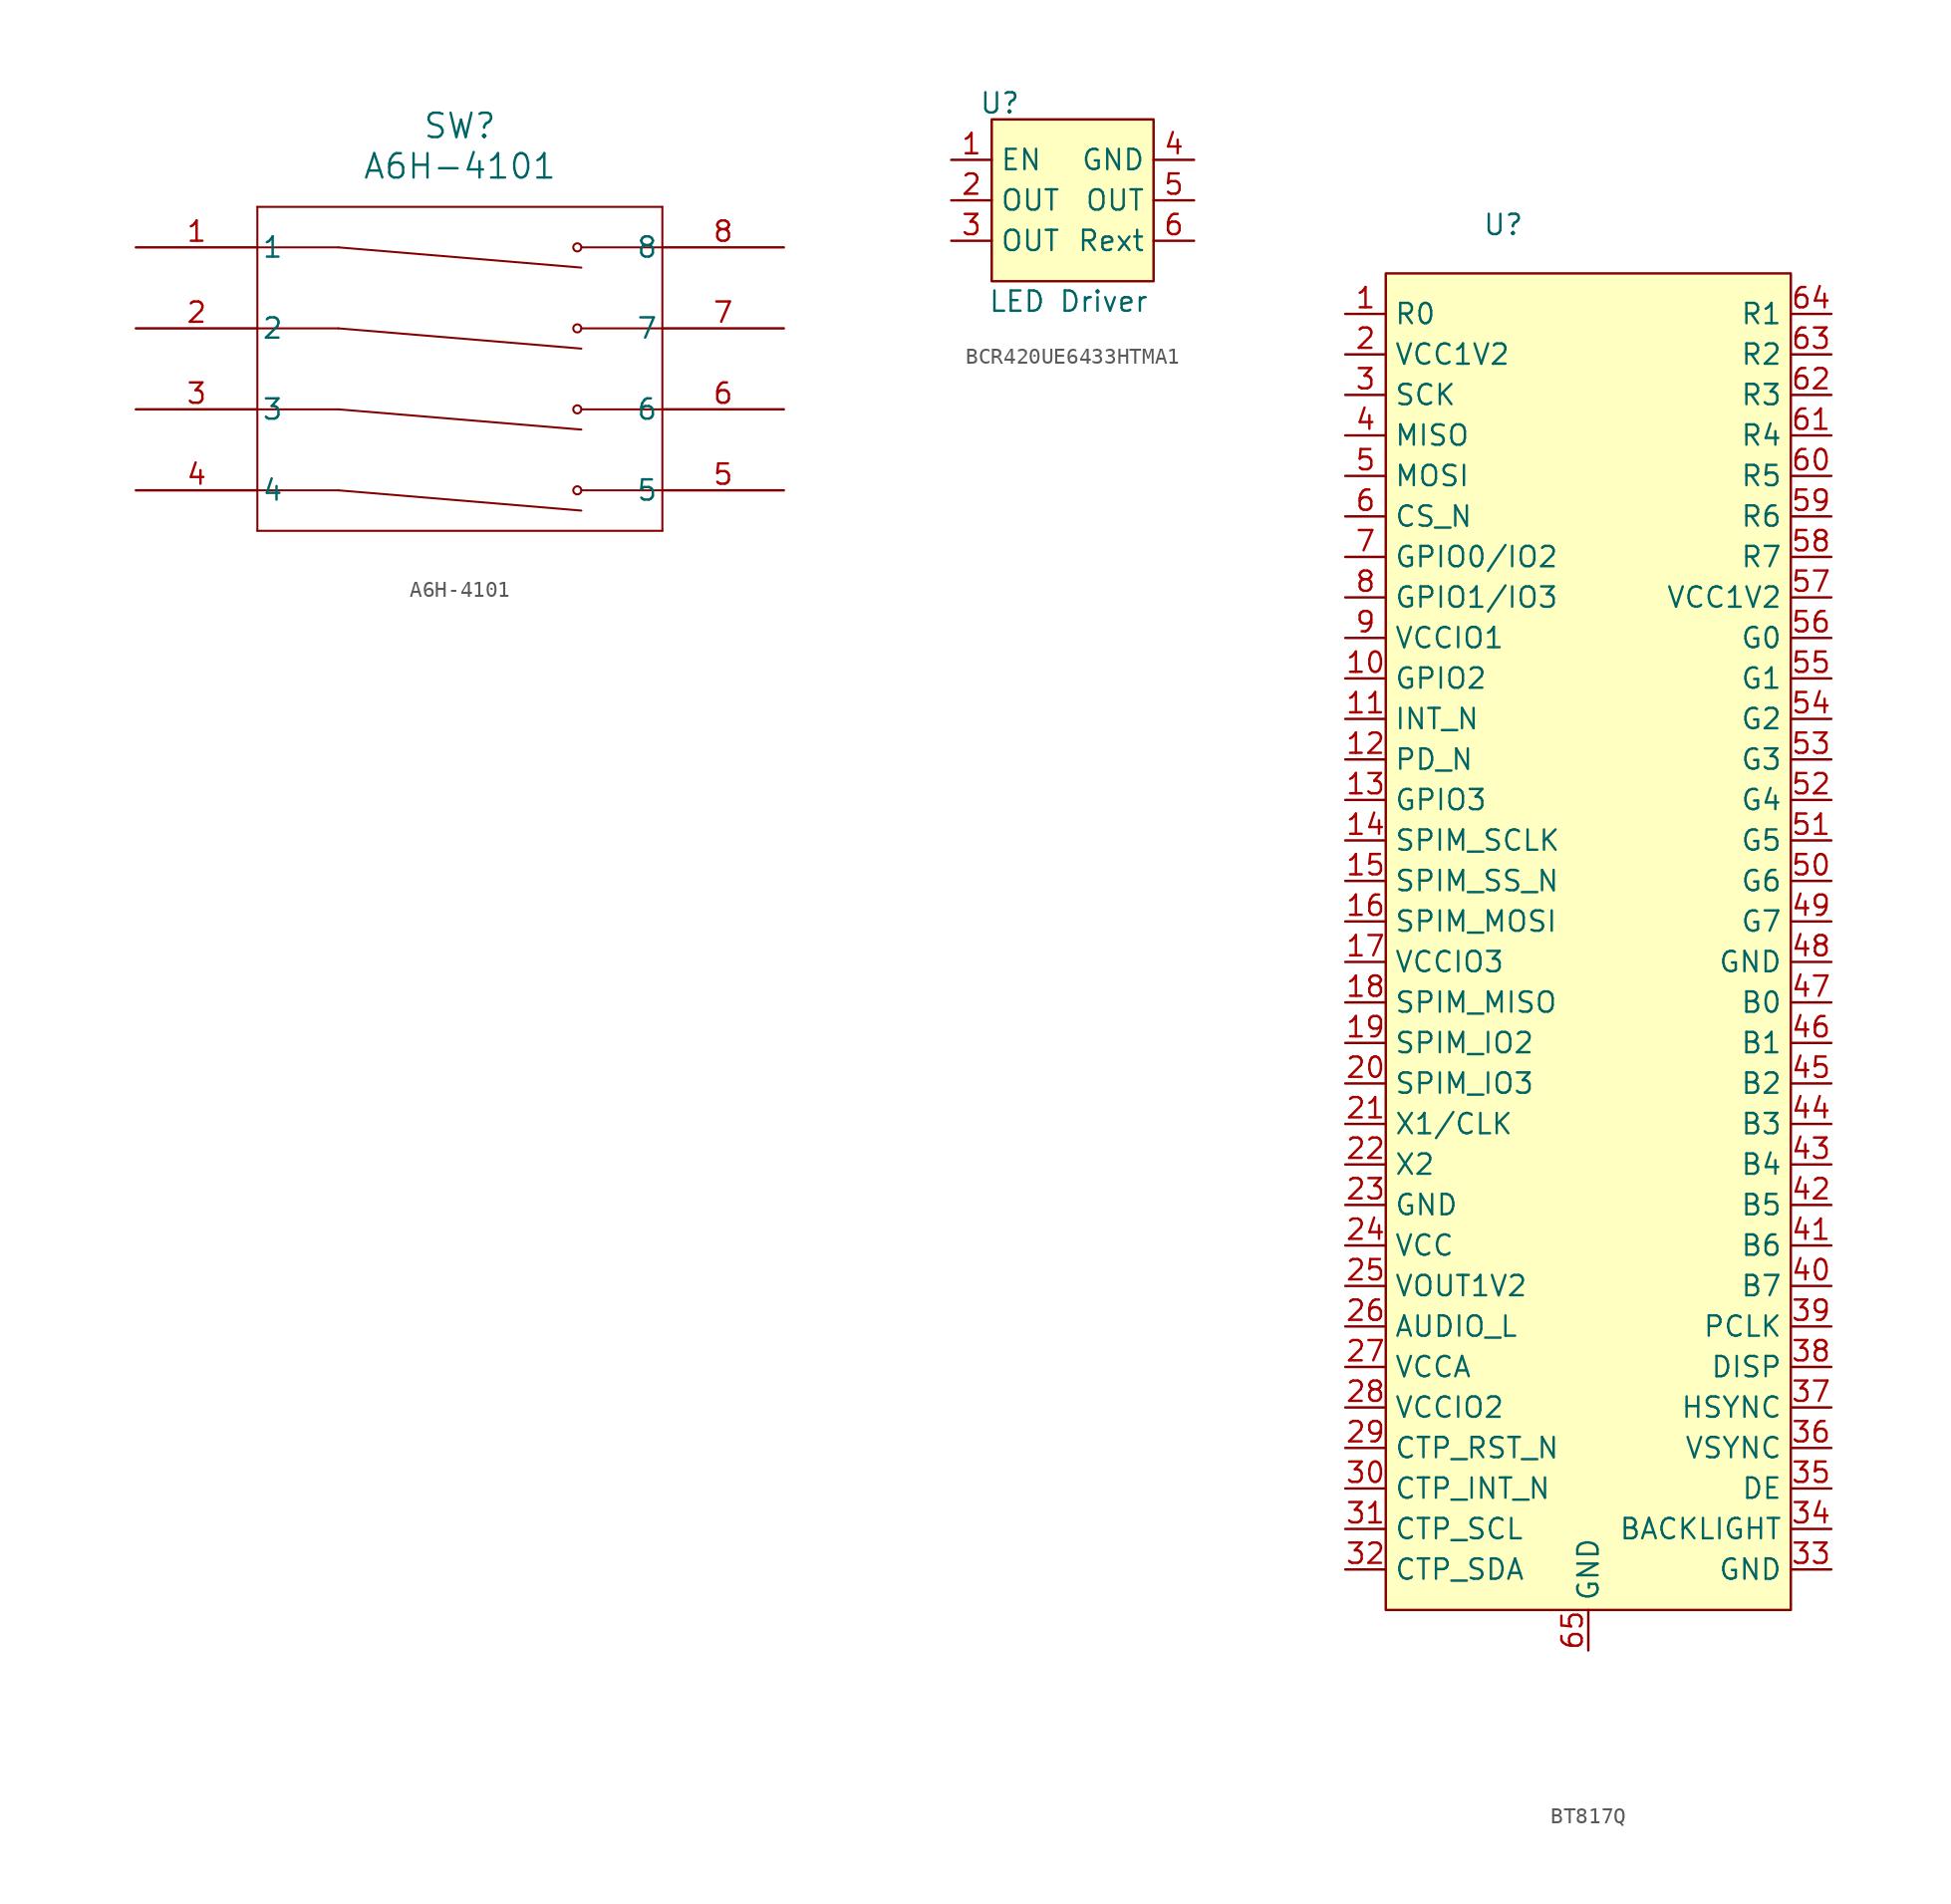
<source format=kicad_sym>
(kicad_symbol_lib
  (version 20231120)
  (generator "kicad_symbol_editor")
  (generator_version "8.0")
  (symbol "A6H-4101"
    (pin_names
      (offset 0.254))
    (property "Reference" "SW"
      (at 20.32 7.62 0)
      (effects (font (size 1.524 1.524))))
    (property "Value" "A6H-4101"
      (at 20.32 5.08 0)
      (effects (font (size 1.524 1.524))))
    (symbol "A6H-4101_0_1"
      (polyline (pts (xy 7.62 -17.78) (xy 33.02 -17.78)) (stroke (width 0.127) (type default)) (fill (type none)))
      (polyline (pts (xy 7.62 2.54) (xy 7.62 -17.78)) (stroke (width 0.127) (type default)) (fill (type none)))
      (polyline (pts (xy 12.7 -15.24) (xy 7.62 -15.24)) (stroke (width 0.127) (type default)) (fill (type none)))
      (polyline (pts (xy 12.7 -15.24) (xy 27.94 -16.51)) (stroke (width 0.127) (type default)) (fill (type none)))
      (polyline (pts (xy 12.7 -10.16) (xy 7.62 -10.16)) (stroke (width 0.127) (type default)) (fill (type none)))
      (polyline (pts (xy 12.7 -10.16) (xy 27.94 -11.43)) (stroke (width 0.127) (type default)) (fill (type none)))
      (polyline (pts (xy 12.7 -5.08) (xy 7.62 -5.08)) (stroke (width 0.127) (type default)) (fill (type none)))
      (polyline (pts (xy 12.7 -5.08) (xy 27.94 -6.35)) (stroke (width 0.127) (type default)) (fill (type none)))
      (polyline (pts (xy 12.7 0) (xy 7.62 0)) (stroke (width 0.127) (type default)) (fill (type none)))
      (polyline (pts (xy 12.7 0) (xy 27.94 -1.27)) (stroke (width 0.127) (type default)) (fill (type none)))
      (polyline (pts (xy 27.94 -15.24) (xy 33.02 -15.24)) (stroke (width 0.127) (type default)) (fill (type none)))
      (polyline (pts (xy 27.94 -10.16) (xy 33.02 -10.16)) (stroke (width 0.127) (type default)) (fill (type none)))
      (polyline (pts (xy 27.94 -5.08) (xy 33.02 -5.08)) (stroke (width 0.127) (type default)) (fill (type none)))
      (polyline (pts (xy 27.94 0) (xy 33.02 0)) (stroke (width 0.127) (type default)) (fill (type none)))
      (polyline (pts (xy 33.02 -17.78) (xy 33.02 2.54)) (stroke (width 0.127) (type default)) (fill (type none)))
      (polyline (pts (xy 33.02 2.54) (xy 7.62 2.54)) (stroke (width 0.127) (type default)) (fill (type none)))
      (circle (center 27.686 -15.24) (radius 0.254) (stroke (width 0.127) (type default)) (fill (type none)))
      (circle (center 27.686 -10.16) (radius 0.254) (stroke (width 0.127) (type default)) (fill (type none)))
      (circle (center 27.686 -5.08) (radius 0.254) (stroke (width 0.127) (type default)) (fill (type none)))
      (circle (center 27.686 0) (radius 0.254) (stroke (width 0.127) (type default)) (fill (type none)))
      (pin unspecified line (at 0 0 0) (length 7.62) (name "1" (effects (font (size 1.27 1.27)))) (number "1" (effects (font (size 1.27 1.27)))))
      (pin unspecified line (at 0 -5.08 0) (length 7.62) (name "2" (effects (font (size 1.27 1.27)))) (number "2" (effects (font (size 1.27 1.27)))))
      (pin unspecified line (at 0 -10.16 0) (length 7.62) (name "3" (effects (font (size 1.27 1.27)))) (number "3" (effects (font (size 1.27 1.27)))))
      (pin unspecified line (at 0 -15.24 0) (length 7.62) (name "4" (effects (font (size 1.27 1.27)))) (number "4" (effects (font (size 1.27 1.27)))))
      (pin unspecified line (at 40.64 -15.24 180) (length 7.62) (name "5" (effects (font (size 1.27 1.27)))) (number "5" (effects (font (size 1.27 1.27)))))
      (pin unspecified line (at 40.64 -10.16 180) (length 7.62) (name "6" (effects (font (size 1.27 1.27)))) (number "6" (effects (font (size 1.27 1.27)))))
      (pin unspecified line (at 40.64 -5.08 180) (length 7.62) (name "7" (effects (font (size 1.27 1.27)))) (number "7" (effects (font (size 1.27 1.27)))))
      (pin unspecified line (at 40.64 0 180) (length 7.62) (name "8" (effects (font (size 1.27 1.27)))) (number "8" (effects (font (size 1.27 1.27)))))))
  (symbol "BCR420UE6433HTMA1"
    (property "Reference" "U"
      (at -4.572 6.096 0)
      (effects (font (size 1.27 1.27))))
    (property "Value" "LED Driver"
      (at -0.254 -6.35 0)
      (effects (font (size 1.27 1.27))))
    (symbol "BCR420UE6433HTMA1_1_1"
      (rectangle (start -5.08 5.08) (end 5.08 -5.08) (stroke (width 0) (type default)) (fill (type background)))
      (pin input line (at -7.62 2.54 0) (length 2.54) (name "EN" (effects (font (size 1.27 1.27)))) (number "1" (effects (font (size 1.27 1.27)))))
      (pin input line (at -7.62 0 0) (length 2.54) (name "OUT" (effects (font (size 1.27 1.27)))) (number "2" (effects (font (size 1.27 1.27)))))
      (pin input line (at -7.62 -2.54 0) (length 2.54) (name "OUT" (effects (font (size 1.27 1.27)))) (number "3" (effects (font (size 1.27 1.27)))))
      (pin output line (at 7.62 2.54 180) (length 2.54) (name "GND" (effects (font (size 1.27 1.27)))) (number "4" (effects (font (size 1.27 1.27)))))
      (pin input line (at 7.62 0 180) (length 2.54) (name "OUT" (effects (font (size 1.27 1.27)))) (number "5" (effects (font (size 1.27 1.27)))))
      (pin bidirectional line (at 7.62 -2.54 180) (length 2.54) (name "Rext" (effects (font (size 1.27 1.27)))) (number "6" (effects (font (size 1.27 1.27)))))))
  (symbol "BT817Q"
    (property "Reference" "U"
      (at 7.366 3.048 0)
      (effects (font (size 1.27 1.27))))
    (property "Value" ""
      (at 0 0 0)
      (effects (font (size 1.27 1.27))))
    (symbol "BT817Q_1_1"
      (rectangle (start 0 0) (end 25.4 -83.82) (stroke (width 0) (type default)) (fill (type background)))
      (pin input line (at -2.54 -2.54 0) (length 2.54) (name "R0" (effects (font (size 1.27 1.27)))) (number "1" (effects (font (size 1.27 1.27)))))
      (pin input line (at -2.54 -25.4 0) (length 2.54) (name "GPIO2" (effects (font (size 1.27 1.27)))) (number "10" (effects (font (size 1.27 1.27)))))
      (pin input line (at -2.54 -27.94 0) (length 2.54) (name "INT_N" (effects (font (size 1.27 1.27)))) (number "11" (effects (font (size 1.27 1.27)))))
      (pin input line (at -2.54 -30.48 0) (length 2.54) (name "PD_N" (effects (font (size 1.27 1.27)))) (number "12" (effects (font (size 1.27 1.27)))))
      (pin input line (at -2.54 -33.02 0) (length 2.54) (name "GPIO3" (effects (font (size 1.27 1.27)))) (number "13" (effects (font (size 1.27 1.27)))))
      (pin input line (at -2.54 -35.56 0) (length 2.54) (name "SPIM_SCLK" (effects (font (size 1.27 1.27)))) (number "14" (effects (font (size 1.27 1.27)))))
      (pin input line (at -2.54 -38.1 0) (length 2.54) (name "SPIM_SS_N" (effects (font (size 1.27 1.27)))) (number "15" (effects (font (size 1.27 1.27)))))
      (pin input line (at -2.54 -40.64 0) (length 2.54) (name "SPIM_MOSI" (effects (font (size 1.27 1.27)))) (number "16" (effects (font (size 1.27 1.27)))))
      (pin input line (at -2.54 -43.18 0) (length 2.54) (name "VCCIO3" (effects (font (size 1.27 1.27)))) (number "17" (effects (font (size 1.27 1.27)))))
      (pin input line (at -2.54 -45.72 0) (length 2.54) (name "SPIM_MISO" (effects (font (size 1.27 1.27)))) (number "18" (effects (font (size 1.27 1.27)))))
      (pin input line (at -2.54 -48.26 0) (length 2.54) (name "SPIM_IO2" (effects (font (size 1.27 1.27)))) (number "19" (effects (font (size 1.27 1.27)))))
      (pin input line (at -2.54 -5.08 0) (length 2.54) (name "VCC1V2" (effects (font (size 1.27 1.27)))) (number "2" (effects (font (size 1.27 1.27)))))
      (pin input line (at -2.54 -50.8 0) (length 2.54) (name "SPIM_IO3" (effects (font (size 1.27 1.27)))) (number "20" (effects (font (size 1.27 1.27)))))
      (pin input line (at -2.54 -53.34 0) (length 2.54) (name "X1/CLK" (effects (font (size 1.27 1.27)))) (number "21" (effects (font (size 1.27 1.27)))))
      (pin input line (at -2.54 -55.88 0) (length 2.54) (name "X2" (effects (font (size 1.27 1.27)))) (number "22" (effects (font (size 1.27 1.27)))))
      (pin input line (at -2.54 -58.42 0) (length 2.54) (name "GND" (effects (font (size 1.27 1.27)))) (number "23" (effects (font (size 1.27 1.27)))))
      (pin input line (at -2.54 -60.96 0) (length 2.54) (name "VCC" (effects (font (size 1.27 1.27)))) (number "24" (effects (font (size 1.27 1.27)))))
      (pin input line (at -2.54 -63.5 0) (length 2.54) (name "VOUT1V2" (effects (font (size 1.27 1.27)))) (number "25" (effects (font (size 1.27 1.27)))))
      (pin input line (at -2.54 -66.04 0) (length 2.54) (name "AUDIO_L" (effects (font (size 1.27 1.27)))) (number "26" (effects (font (size 1.27 1.27)))))
      (pin input line (at -2.54 -68.58 0) (length 2.54) (name "VCCA" (effects (font (size 1.27 1.27)))) (number "27" (effects (font (size 1.27 1.27)))))
      (pin input line (at -2.54 -71.12 0) (length 2.54) (name "VCCIO2" (effects (font (size 1.27 1.27)))) (number "28" (effects (font (size 1.27 1.27)))))
      (pin input line (at -2.54 -73.66 0) (length 2.54) (name "CTP_RST_N" (effects (font (size 1.27 1.27)))) (number "29" (effects (font (size 1.27 1.27)))))
      (pin input line (at -2.54 -7.62 0) (length 2.54) (name "SCK" (effects (font (size 1.27 1.27)))) (number "3" (effects (font (size 1.27 1.27)))))
      (pin input line (at -2.54 -76.2 0) (length 2.54) (name "CTP_INT_N" (effects (font (size 1.27 1.27)))) (number "30" (effects (font (size 1.27 1.27)))))
      (pin input line (at -2.54 -78.74 0) (length 2.54) (name "CTP_SCL" (effects (font (size 1.27 1.27)))) (number "31" (effects (font (size 1.27 1.27)))))
      (pin input line (at -2.54 -81.28 0) (length 2.54) (name "CTP_SDA" (effects (font (size 1.27 1.27)))) (number "32" (effects (font (size 1.27 1.27)))))
      (pin input line (at 27.94 -81.28 180) (length 2.54) (name "GND" (effects (font (size 1.27 1.27)))) (number "33" (effects (font (size 1.27 1.27)))))
      (pin input line (at 27.94 -78.74 180) (length 2.54) (name "BACKLIGHT" (effects (font (size 1.27 1.27)))) (number "34" (effects (font (size 1.27 1.27)))))
      (pin input line (at 27.94 -76.2 180) (length 2.54) (name "DE" (effects (font (size 1.27 1.27)))) (number "35" (effects (font (size 1.27 1.27)))))
      (pin input line (at 27.94 -73.66 180) (length 2.54) (name "VSYNC" (effects (font (size 1.27 1.27)))) (number "36" (effects (font (size 1.27 1.27)))))
      (pin input line (at 27.94 -71.12 180) (length 2.54) (name "HSYNC" (effects (font (size 1.27 1.27)))) (number "37" (effects (font (size 1.27 1.27)))))
      (pin input line (at 27.94 -68.58 180) (length 2.54) (name "DISP" (effects (font (size 1.27 1.27)))) (number "38" (effects (font (size 1.27 1.27)))))
      (pin input line (at 27.94 -66.04 180) (length 2.54) (name "PCLK" (effects (font (size 1.27 1.27)))) (number "39" (effects (font (size 1.27 1.27)))))
      (pin input line (at -2.54 -10.16 0) (length 2.54) (name "MISO" (effects (font (size 1.27 1.27)))) (number "4" (effects (font (size 1.27 1.27)))))
      (pin input line (at 27.94 -63.5 180) (length 2.54) (name "B7" (effects (font (size 1.27 1.27)))) (number "40" (effects (font (size 1.27 1.27)))))
      (pin input line (at 27.94 -60.96 180) (length 2.54) (name "B6" (effects (font (size 1.27 1.27)))) (number "41" (effects (font (size 1.27 1.27)))))
      (pin input line (at 27.94 -58.42 180) (length 2.54) (name "B5" (effects (font (size 1.27 1.27)))) (number "42" (effects (font (size 1.27 1.27)))))
      (pin input line (at 27.94 -55.88 180) (length 2.54) (name "B4" (effects (font (size 1.27 1.27)))) (number "43" (effects (font (size 1.27 1.27)))))
      (pin input line (at 27.94 -53.34 180) (length 2.54) (name "B3" (effects (font (size 1.27 1.27)))) (number "44" (effects (font (size 1.27 1.27)))))
      (pin input line (at 27.94 -50.8 180) (length 2.54) (name "B2" (effects (font (size 1.27 1.27)))) (number "45" (effects (font (size 1.27 1.27)))))
      (pin input line (at 27.94 -48.26 180) (length 2.54) (name "B1" (effects (font (size 1.27 1.27)))) (number "46" (effects (font (size 1.27 1.27)))))
      (pin input line (at 27.94 -45.72 180) (length 2.54) (name "B0" (effects (font (size 1.27 1.27)))) (number "47" (effects (font (size 1.27 1.27)))))
      (pin input line (at 27.94 -43.18 180) (length 2.54) (name "GND" (effects (font (size 1.27 1.27)))) (number "48" (effects (font (size 1.27 1.27)))))
      (pin input line (at 27.94 -40.64 180) (length 2.54) (name "G7" (effects (font (size 1.27 1.27)))) (number "49" (effects (font (size 1.27 1.27)))))
      (pin input line (at -2.54 -12.7 0) (length 2.54) (name "MOSI" (effects (font (size 1.27 1.27)))) (number "5" (effects (font (size 1.27 1.27)))))
      (pin input line (at 27.94 -38.1 180) (length 2.54) (name "G6" (effects (font (size 1.27 1.27)))) (number "50" (effects (font (size 1.27 1.27)))))
      (pin input line (at 27.94 -35.56 180) (length 2.54) (name "G5" (effects (font (size 1.27 1.27)))) (number "51" (effects (font (size 1.27 1.27)))))
      (pin input line (at 27.94 -33.02 180) (length 2.54) (name "G4" (effects (font (size 1.27 1.27)))) (number "52" (effects (font (size 1.27 1.27)))))
      (pin input line (at 27.94 -30.48 180) (length 2.54) (name "G3" (effects (font (size 1.27 1.27)))) (number "53" (effects (font (size 1.27 1.27)))))
      (pin input line (at 27.94 -27.94 180) (length 2.54) (name "G2" (effects (font (size 1.27 1.27)))) (number "54" (effects (font (size 1.27 1.27)))))
      (pin input line (at 27.94 -25.4 180) (length 2.54) (name "G1" (effects (font (size 1.27 1.27)))) (number "55" (effects (font (size 1.27 1.27)))))
      (pin input line (at 27.94 -22.86 180) (length 2.54) (name "G0" (effects (font (size 1.27 1.27)))) (number "56" (effects (font (size 1.27 1.27)))))
      (pin input line (at 27.94 -20.32 180) (length 2.54) (name "VCC1V2" (effects (font (size 1.27 1.27)))) (number "57" (effects (font (size 1.27 1.27)))))
      (pin input line (at 27.94 -17.78 180) (length 2.54) (name "R7" (effects (font (size 1.27 1.27)))) (number "58" (effects (font (size 1.27 1.27)))))
      (pin input line (at 27.94 -15.24 180) (length 2.54) (name "R6" (effects (font (size 1.27 1.27)))) (number "59" (effects (font (size 1.27 1.27)))))
      (pin input line (at -2.54 -15.24 0) (length 2.54) (name "CS_N" (effects (font (size 1.27 1.27)))) (number "6" (effects (font (size 1.27 1.27)))))
      (pin input line (at 27.94 -12.7 180) (length 2.54) (name "R5" (effects (font (size 1.27 1.27)))) (number "60" (effects (font (size 1.27 1.27)))))
      (pin input line (at 27.94 -10.16 180) (length 2.54) (name "R4" (effects (font (size 1.27 1.27)))) (number "61" (effects (font (size 1.27 1.27)))))
      (pin input line (at 27.94 -7.62 180) (length 2.54) (name "R3" (effects (font (size 1.27 1.27)))) (number "62" (effects (font (size 1.27 1.27)))))
      (pin input line (at 27.94 -5.08 180) (length 2.54) (name "R2" (effects (font (size 1.27 1.27)))) (number "63" (effects (font (size 1.27 1.27)))))
      (pin input line (at 27.94 -2.54 180) (length 2.54) (name "R1" (effects (font (size 1.27 1.27)))) (number "64" (effects (font (size 1.27 1.27)))))
      (pin input line (at 12.7 -86.36 90) (length 2.54) (name "GND" (effects (font (size 1.27 1.27)))) (number "65" (effects (font (size 1.27 1.27)))))
      (pin input line (at -2.54 -17.78 0) (length 2.54) (name "GPIO0/IO2" (effects (font (size 1.27 1.27)))) (number "7" (effects (font (size 1.27 1.27)))))
      (pin input line (at -2.54 -20.32 0) (length 2.54) (name "GPIO1/IO3" (effects (font (size 1.27 1.27)))) (number "8" (effects (font (size 1.27 1.27)))))
      (pin input line (at -2.54 -22.86 0) (length 2.54) (name "VCCIO1" (effects (font (size 1.27 1.27)))) (number "9" (effects (font (size 1.27 1.27))))))))
</source>
